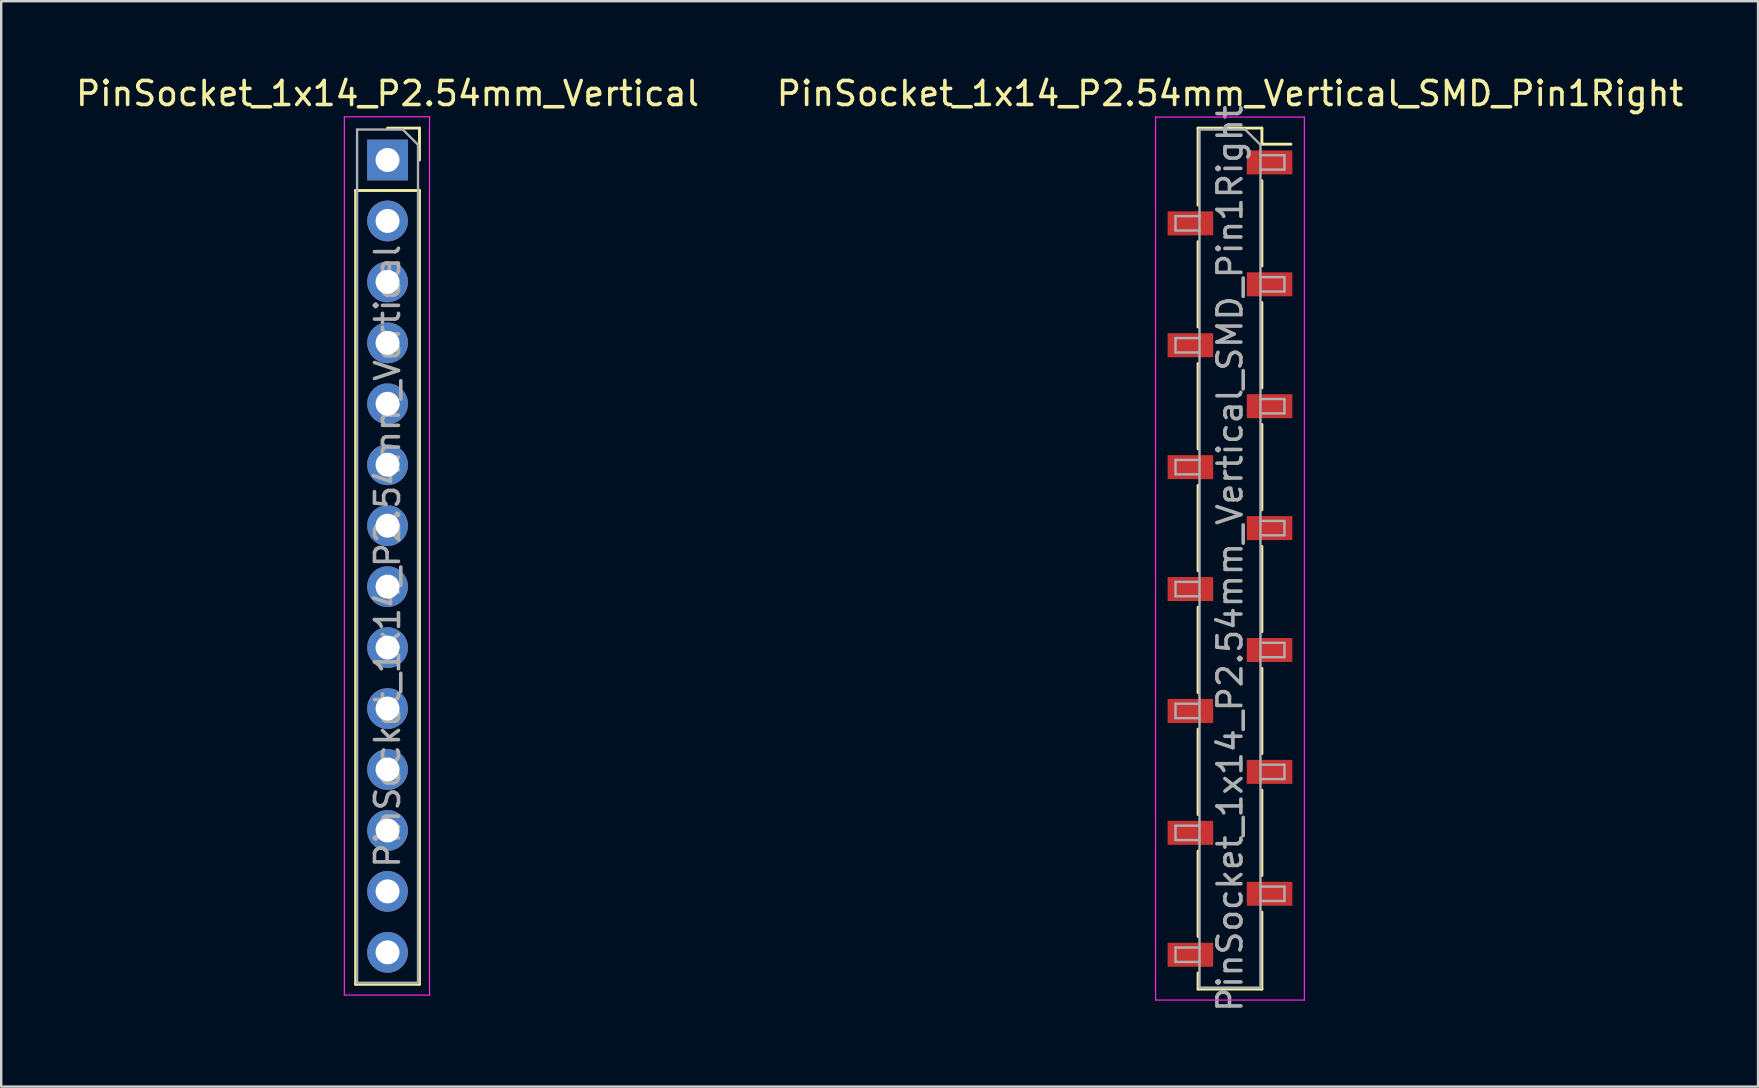
<source format=kicad_pcb>
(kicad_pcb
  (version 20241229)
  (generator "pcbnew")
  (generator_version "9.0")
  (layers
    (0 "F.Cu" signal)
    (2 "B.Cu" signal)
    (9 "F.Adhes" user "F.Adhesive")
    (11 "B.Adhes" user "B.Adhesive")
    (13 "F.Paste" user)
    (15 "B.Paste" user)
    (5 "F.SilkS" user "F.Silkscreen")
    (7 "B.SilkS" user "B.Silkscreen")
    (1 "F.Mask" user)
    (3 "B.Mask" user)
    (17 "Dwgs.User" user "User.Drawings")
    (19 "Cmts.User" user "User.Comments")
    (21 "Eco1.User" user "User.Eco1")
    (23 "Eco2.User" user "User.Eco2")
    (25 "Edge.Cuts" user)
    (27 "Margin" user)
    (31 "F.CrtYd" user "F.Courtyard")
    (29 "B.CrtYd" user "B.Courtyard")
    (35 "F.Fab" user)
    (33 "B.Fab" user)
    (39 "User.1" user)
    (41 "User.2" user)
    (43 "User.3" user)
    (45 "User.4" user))
  (footprint "PinSocket_1x14_P2.54mm_Vertical_SMD_Pin1Right"
    (layer "F.Cu")
    (at 48.208 20.228)
    (property "Reference" "PinSocket_1x14_P2.54mm_Vertical_SMD_Pin1Right" (at 0 -19.38 0) (layer "F.SilkS") (effects (font (size 1 1) (thickness 0.15))))
    (attr smd)
    (fp_line (start -1.33 -17.94) (end -1.33 -14.73) (stroke (width 0.12) (type solid)) (layer "F.SilkS"))
    (fp_line (start -1.33 -17.94) (end 1.33 -17.94) (stroke (width 0.12) (type solid)) (layer "F.SilkS"))
    (fp_line (start -1.33 -13.21) (end -1.33 -9.65) (stroke (width 0.12) (type solid)) (layer "F.SilkS"))
    (fp_line (start -1.33 -8.13) (end -1.33 -4.57) (stroke (width 0.12) (type solid)) (layer "F.SilkS"))
    (fp_line (start -1.33 -3.05) (end -1.33 0.51) (stroke (width 0.12) (type solid)) (layer "F.SilkS"))
    (fp_line (start -1.33 2.03) (end -1.33 5.59) (stroke (width 0.12) (type solid)) (layer "F.SilkS"))
    (fp_line (start -1.33 7.11) (end -1.33 10.67) (stroke (width 0.12) (type solid)) (layer "F.SilkS"))
    (fp_line (start -1.33 12.19) (end -1.33 15.75) (stroke (width 0.12) (type solid)) (layer "F.SilkS"))
    (fp_line (start -1.33 17.27) (end -1.33 17.94) (stroke (width 0.12) (type solid)) (layer "F.SilkS"))
    (fp_line (start -1.33 17.94) (end 1.33 17.94) (stroke (width 0.12) (type solid)) (layer "F.SilkS"))
    (fp_line (start 1.33 -17.94) (end 1.33 -17.27) (stroke (width 0.12) (type solid)) (layer "F.SilkS"))
    (fp_line (start 1.33 -17.27) (end 2.54 -17.27) (stroke (width 0.12) (type solid)) (layer "F.SilkS"))
    (fp_line (start 1.33 -15.75) (end 1.33 -12.19) (stroke (width 0.12) (type solid)) (layer "F.SilkS"))
    (fp_line (start 1.33 -10.67) (end 1.33 -7.11) (stroke (width 0.12) (type solid)) (layer "F.SilkS"))
    (fp_line (start 1.33 -5.59) (end 1.33 -2.03) (stroke (width 0.12) (type solid)) (layer "F.SilkS"))
    (fp_line (start 1.33 -0.51) (end 1.33 3.05) (stroke (width 0.12) (type solid)) (layer "F.SilkS"))
    (fp_line (start 1.33 4.57) (end 1.33 8.13) (stroke (width 0.12) (type solid)) (layer "F.SilkS"))
    (fp_line (start 1.33 9.65) (end 1.33 13.21) (stroke (width 0.12) (type solid)) (layer "F.SilkS"))
    (fp_line (start 1.33 14.73) (end 1.33 17.94) (stroke (width 0.12) (type solid)) (layer "F.SilkS"))
    (fp_line (start -3.1 -18.4) (end 3.1 -18.4) (stroke (width 0.05) (type solid)) (layer "F.CrtYd"))
    (fp_line (start -3.1 18.4) (end -3.1 -18.4) (stroke (width 0.05) (type solid)) (layer "F.CrtYd"))
    (fp_line (start 3.1 -18.4) (end 3.1 18.4) (stroke (width 0.05) (type solid)) (layer "F.CrtYd"))
    (fp_line (start 3.1 18.4) (end -3.1 18.4) (stroke (width 0.05) (type solid)) (layer "F.CrtYd"))
    (fp_line (start -2.27 -14.27) (end -1.27 -14.27) (stroke (width 0.1) (type solid)) (layer "F.Fab"))
    (fp_line (start -2.27 -13.67) (end -2.27 -14.27) (stroke (width 0.1) (type solid)) (layer "F.Fab"))
    (fp_line (start -2.27 -9.19) (end -1.27 -9.19) (stroke (width 0.1) (type solid)) (layer "F.Fab"))
    (fp_line (start -2.27 -8.59) (end -2.27 -9.19) (stroke (width 0.1) (type solid)) (layer "F.Fab"))
    (fp_line (start -2.27 -4.11) (end -1.27 -4.11) (stroke (width 0.1) (type solid)) (layer "F.Fab"))
    (fp_line (start -2.27 -3.51) (end -2.27 -4.11) (stroke (width 0.1) (type solid)) (layer "F.Fab"))
    (fp_line (start -2.27 0.97) (end -1.27 0.97) (stroke (width 0.1) (type solid)) (layer "F.Fab"))
    (fp_line (start -2.27 1.57) (end -2.27 0.97) (stroke (width 0.1) (type solid)) (layer "F.Fab"))
    (fp_line (start -2.27 6.05) (end -1.27 6.05) (stroke (width 0.1) (type solid)) (layer "F.Fab"))
    (fp_line (start -2.27 6.65) (end -2.27 6.05) (stroke (width 0.1) (type solid)) (layer "F.Fab"))
    (fp_line (start -2.27 11.13) (end -1.27 11.13) (stroke (width 0.1) (type solid)) (layer "F.Fab"))
    (fp_line (start -2.27 11.73) (end -2.27 11.13) (stroke (width 0.1) (type solid)) (layer "F.Fab"))
    (fp_line (start -2.27 16.21) (end -1.27 16.21) (stroke (width 0.1) (type solid)) (layer "F.Fab"))
    (fp_line (start -2.27 16.81) (end -2.27 16.21) (stroke (width 0.1) (type solid)) (layer "F.Fab"))
    (fp_line (start -1.27 -17.88) (end 0.635 -17.88) (stroke (width 0.1) (type solid)) (layer "F.Fab"))
    (fp_line (start -1.27 -13.67) (end -2.27 -13.67) (stroke (width 0.1) (type solid)) (layer "F.Fab"))
    (fp_line (start -1.27 -8.59) (end -2.27 -8.59) (stroke (width 0.1) (type solid)) (layer "F.Fab"))
    (fp_line (start -1.27 -3.51) (end -2.27 -3.51) (stroke (width 0.1) (type solid)) (layer "F.Fab"))
    (fp_line (start -1.27 1.57) (end -2.27 1.57) (stroke (width 0.1) (type solid)) (layer "F.Fab"))
    (fp_line (start -1.27 6.65) (end -2.27 6.65) (stroke (width 0.1) (type solid)) (layer "F.Fab"))
    (fp_line (start -1.27 11.73) (end -2.27 11.73) (stroke (width 0.1) (type solid)) (layer "F.Fab"))
    (fp_line (start -1.27 16.81) (end -2.27 16.81) (stroke (width 0.1) (type solid)) (layer "F.Fab"))
    (fp_line (start -1.27 17.88) (end -1.27 -17.88) (stroke (width 0.1) (type solid)) (layer "F.Fab"))
    (fp_line (start 0.635 -17.88) (end 1.27 -17.245) (stroke (width 0.1) (type solid)) (layer "F.Fab"))
    (fp_line (start 1.27 -17.245) (end 1.27 17.88) (stroke (width 0.1) (type solid)) (layer "F.Fab"))
    (fp_line (start 1.27 -16.81) (end 2.27 -16.81) (stroke (width 0.1) (type solid)) (layer "F.Fab"))
    (fp_line (start 1.27 -11.73) (end 2.27 -11.73) (stroke (width 0.1) (type solid)) (layer "F.Fab"))
    (fp_line (start 1.27 -6.65) (end 2.27 -6.65) (stroke (width 0.1) (type solid)) (layer "F.Fab"))
    (fp_line (start 1.27 -1.57) (end 2.27 -1.57) (stroke (width 0.1) (type solid)) (layer "F.Fab"))
    (fp_line (start 1.27 3.51) (end 2.27 3.51) (stroke (width 0.1) (type solid)) (layer "F.Fab"))
    (fp_line (start 1.27 8.59) (end 2.27 8.59) (stroke (width 0.1) (type solid)) (layer "F.Fab"))
    (fp_line (start 1.27 13.67) (end 2.27 13.67) (stroke (width 0.1) (type solid)) (layer "F.Fab"))
    (fp_line (start 1.27 17.88) (end -1.27 17.88) (stroke (width 0.1) (type solid)) (layer "F.Fab"))
    (fp_line (start 2.27 -16.81) (end 2.27 -16.21) (stroke (width 0.1) (type solid)) (layer "F.Fab"))
    (fp_line (start 2.27 -16.21) (end 1.27 -16.21) (stroke (width 0.1) (type solid)) (layer "F.Fab"))
    (fp_line (start 2.27 -11.73) (end 2.27 -11.13) (stroke (width 0.1) (type solid)) (layer "F.Fab"))
    (fp_line (start 2.27 -11.13) (end 1.27 -11.13) (stroke (width 0.1) (type solid)) (layer "F.Fab"))
    (fp_line (start 2.27 -6.65) (end 2.27 -6.05) (stroke (width 0.1) (type solid)) (layer "F.Fab"))
    (fp_line (start 2.27 -6.05) (end 1.27 -6.05) (stroke (width 0.1) (type solid)) (layer "F.Fab"))
    (fp_line (start 2.27 -1.57) (end 2.27 -0.97) (stroke (width 0.1) (type solid)) (layer "F.Fab"))
    (fp_line (start 2.27 -0.97) (end 1.27 -0.97) (stroke (width 0.1) (type solid)) (layer "F.Fab"))
    (fp_line (start 2.27 3.51) (end 2.27 4.11) (stroke (width 0.1) (type solid)) (layer "F.Fab"))
    (fp_line (start 2.27 4.11) (end 1.27 4.11) (stroke (width 0.1) (type solid)) (layer "F.Fab"))
    (fp_line (start 2.27 8.59) (end 2.27 9.19) (stroke (width 0.1) (type solid)) (layer "F.Fab"))
    (fp_line (start 2.27 9.19) (end 1.27 9.19) (stroke (width 0.1) (type solid)) (layer "F.Fab"))
    (fp_line (start 2.27 13.67) (end 2.27 14.27) (stroke (width 0.1) (type solid)) (layer "F.Fab"))
    (fp_line (start 2.27 14.27) (end 1.27 14.27) (stroke (width 0.1) (type solid)) (layer "F.Fab"))
    (fp_text user "${REFERENCE}" (at 0 0 90) (layer "F.Fab") (effects (font (size 1 1) (thickness 0.15))))
    (pad "1" smd rect (at 1.65 -16.51) (size 1.9 1) (layers "F.Cu" "F.Mask" "F.Paste"))
    (pad "2" smd rect (at -1.65 -13.97) (size 1.9 1) (layers "F.Cu" "F.Mask" "F.Paste"))
    (pad "3" smd rect (at 1.65 -11.43) (size 1.9 1) (layers "F.Cu" "F.Mask" "F.Paste"))
    (pad "4" smd rect (at -1.65 -8.89) (size 1.9 1) (layers "F.Cu" "F.Mask" "F.Paste"))
    (pad "5" smd rect (at 1.65 -6.35) (size 1.9 1) (layers "F.Cu" "F.Mask" "F.Paste"))
    (pad "6" smd rect (at -1.65 -3.81) (size 1.9 1) (layers "F.Cu" "F.Mask" "F.Paste"))
    (pad "7" smd rect (at 1.65 -1.27) (size 1.9 1) (layers "F.Cu" "F.Mask" "F.Paste"))
    (pad "8" smd rect (at -1.65 1.27) (size 1.9 1) (layers "F.Cu" "F.Mask" "F.Paste"))
    (pad "9" smd rect (at 1.65 3.81) (size 1.9 1) (layers "F.Cu" "F.Mask" "F.Paste"))
    (pad "10" smd rect (at -1.65 6.35) (size 1.9 1) (layers "F.Cu" "F.Mask" "F.Paste"))
    (pad "11" smd rect (at 1.65 8.89) (size 1.9 1) (layers "F.Cu" "F.Mask" "F.Paste"))
    (pad "12" smd rect (at -1.65 11.43) (size 1.9 1) (layers "F.Cu" "F.Mask" "F.Paste"))
    (pad "13" smd rect (at 1.65 13.97) (size 1.9 1) (layers "F.Cu" "F.Mask" "F.Paste"))
    (pad "14" smd rect (at -1.65 16.51) (size 1.9 1) (layers "F.Cu" "F.Mask" "F.Paste")))
  (footprint "PinSocket_1x14_P2.54mm_Vertical"
    (layer "F.Cu")
    (at 13.101 3.618)
    (property "Reference" "PinSocket_1x14_P2.54mm_Vertical" (at 0 -2.77 0) (layer "F.SilkS") (effects (font (size 1 1) (thickness 0.15))))
    (attr through_hole)
    (fp_line (start -1.33 1.27) (end -1.33 34.35) (stroke (width 0.12) (type solid)) (layer "F.SilkS"))
    (fp_line (start -1.33 1.27) (end 1.33 1.27) (stroke (width 0.12) (type solid)) (layer "F.SilkS"))
    (fp_line (start -1.33 34.35) (end 1.33 34.35) (stroke (width 0.12) (type solid)) (layer "F.SilkS"))
    (fp_line (start 0 -1.33) (end 1.33 -1.33) (stroke (width 0.12) (type solid)) (layer "F.SilkS"))
    (fp_line (start 1.33 -1.33) (end 1.33 0) (stroke (width 0.12) (type solid)) (layer "F.SilkS"))
    (fp_line (start 1.33 1.27) (end 1.33 34.35) (stroke (width 0.12) (type solid)) (layer "F.SilkS"))
    (fp_line (start -1.8 -1.8) (end 1.75 -1.8) (stroke (width 0.05) (type solid)) (layer "F.CrtYd"))
    (fp_line (start -1.8 34.8) (end -1.8 -1.8) (stroke (width 0.05) (type solid)) (layer "F.CrtYd"))
    (fp_line (start 1.75 -1.8) (end 1.75 34.8) (stroke (width 0.05) (type solid)) (layer "F.CrtYd"))
    (fp_line (start 1.75 34.8) (end -1.8 34.8) (stroke (width 0.05) (type solid)) (layer "F.CrtYd"))
    (fp_line (start -1.27 -1.27) (end 0.635 -1.27) (stroke (width 0.1) (type solid)) (layer "F.Fab"))
    (fp_line (start -1.27 34.29) (end -1.27 -1.27) (stroke (width 0.1) (type solid)) (layer "F.Fab"))
    (fp_line (start 0.635 -1.27) (end 1.27 -0.635) (stroke (width 0.1) (type solid)) (layer "F.Fab"))
    (fp_line (start 1.27 -0.635) (end 1.27 34.29) (stroke (width 0.1) (type solid)) (layer "F.Fab"))
    (fp_line (start 1.27 34.29) (end -1.27 34.29) (stroke (width 0.1) (type solid)) (layer "F.Fab"))
    (fp_text user "${REFERENCE}" (at 0 16.51 90) (layer "F.Fab") (effects (font (size 1 1) (thickness 0.15))))
    (pad "1" thru_hole rect (at 0 0) (size 1.7 1.7) (drill 1) (layers "*.Cu" "*.Mask"))
    (pad "2" thru_hole oval (at 0 2.54) (size 1.7 1.7) (drill 1) (layers "*.Cu" "*.Mask"))
    (pad "3" thru_hole oval (at 0 5.08) (size 1.7 1.7) (drill 1) (layers "*.Cu" "*.Mask"))
    (pad "4" thru_hole oval (at 0 7.62) (size 1.7 1.7) (drill 1) (layers "*.Cu" "*.Mask"))
    (pad "5" thru_hole oval (at 0 10.16) (size 1.7 1.7) (drill 1) (layers "*.Cu" "*.Mask"))
    (pad "6" thru_hole oval (at 0 12.7) (size 1.7 1.7) (drill 1) (layers "*.Cu" "*.Mask"))
    (pad "7" thru_hole oval (at 0 15.24) (size 1.7 1.7) (drill 1) (layers "*.Cu" "*.Mask"))
    (pad "8" thru_hole oval (at 0 17.78) (size 1.7 1.7) (drill 1) (layers "*.Cu" "*.Mask"))
    (pad "9" thru_hole oval (at 0 20.32) (size 1.7 1.7) (drill 1) (layers "*.Cu" "*.Mask"))
    (pad "10" thru_hole oval (at 0 22.86) (size 1.7 1.7) (drill 1) (layers "*.Cu" "*.Mask"))
    (pad "11" thru_hole oval (at 0 25.4) (size 1.7 1.7) (drill 1) (layers "*.Cu" "*.Mask"))
    (pad "12" thru_hole oval (at 0 27.94) (size 1.7 1.7) (drill 1) (layers "*.Cu" "*.Mask"))
    (pad "13" thru_hole oval (at 0 30.48) (size 1.7 1.7) (drill 1) (layers "*.Cu" "*.Mask"))
    (pad "14" thru_hole oval (at 0 33.02) (size 1.7 1.7) (drill 1) (layers "*.Cu" "*.Mask")))
  (gr_rect
    (start -3 -3)
    (end 70.214 42.234)
    (stroke (width 0.1) (type default))
    (fill no)
    (layer "Edge.Cuts")))
</source>
